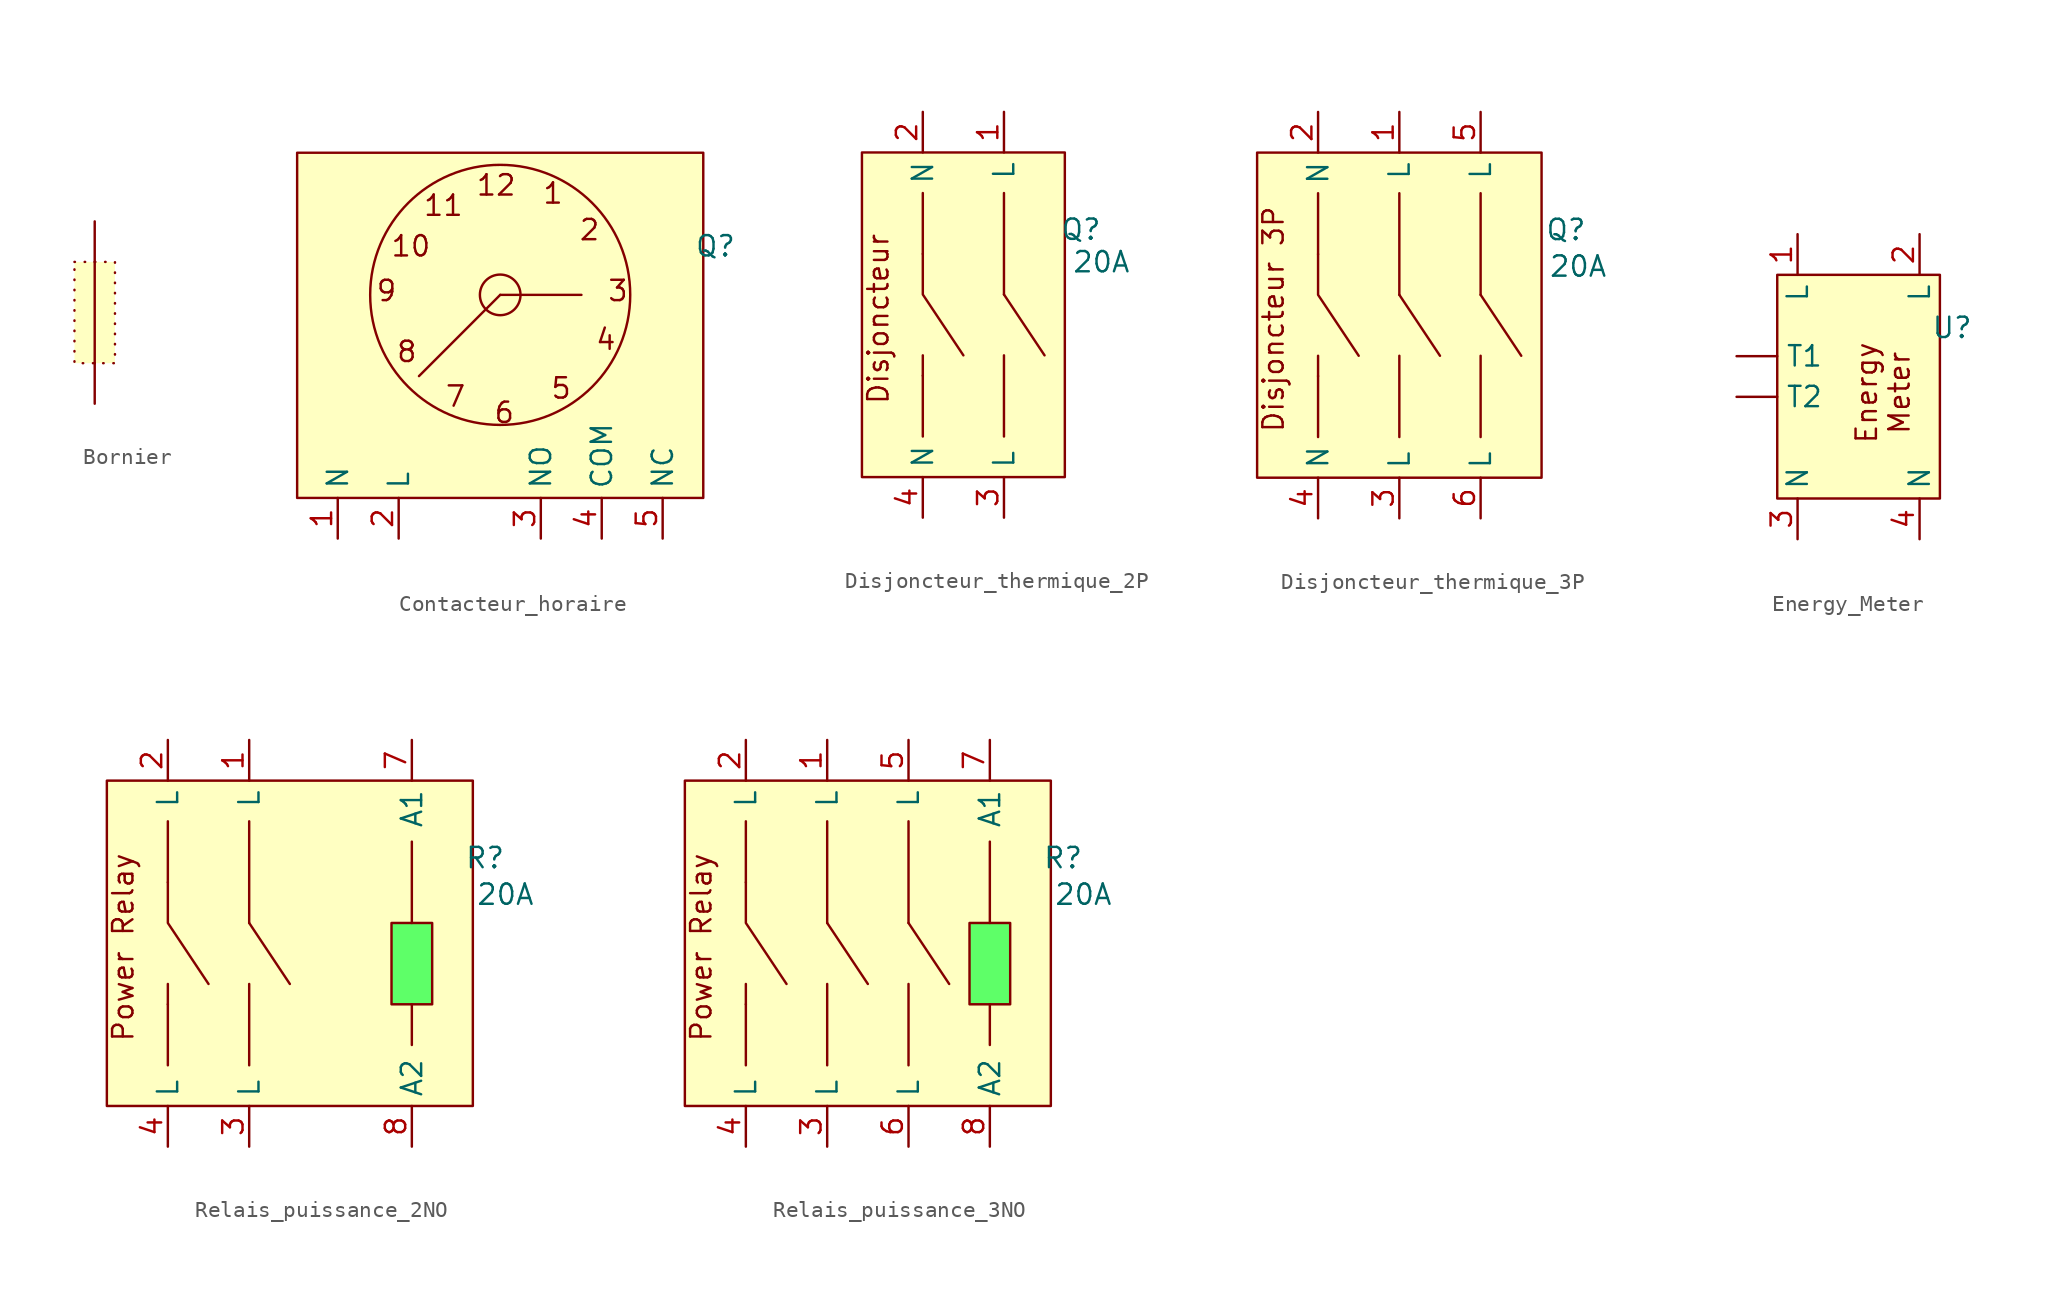
<source format=kicad_sym>
(kicad_symbol_lib
  (version 20231120)
  (generator "kicad_symbol_editor")
  (generator_version "8.0")
  (symbol "Bornier"
    (property "Reference" "Q"
      (at -4.064 -8.89 0)
      (effects (font (size 1.27 1.27)) (hide yes)))
    (property "Value" ""
      (at 0 0 0)
      (effects (font (size 1.27 1.27))))
    (symbol "Bornier_0_1"
      (polyline (pts (xy -5.08 -10.16) (xy -5.08 -16.51)) (stroke (width 0) (type default)) (fill (type none))))
    (symbol "Bornier_1_1"
      (rectangle (start -6.35 -10.16) (end -3.81 -16.51) (stroke (width 0) (type dot)) (fill (type background)))
      (pin passive line (at -5.08 -19.05 90) (length 2.54) (name "" (effects (font (size 1.27 1.27)))) (number "" (effects (font (size 1.27 1.27)))))
      (pin passive line (at -5.08 -7.62 270) (length 2.54) (name "" (effects (font (size 1.27 1.27)))) (number "" (effects (font (size 1.27 1.27)))))))
  (symbol "Contacteur_horaire"
    (property "Reference" "Q"
      (at 9.652 -8.382 0)
      (effects (font (size 1.27 1.27))))
    (property "Value" ""
      (at 0 0 0)
      (effects (font (size 1.27 1.27))))
    (symbol "Contacteur_horaire_0_1"
      (circle (center -3.81 -11.43) (radius 1.27) (stroke (width 0) (type default)) (fill (type none)))
      (circle (center -3.81 -11.43) (radius 8.132) (stroke (width 0) (type default)) (fill (type none)))
      (polyline (pts (xy -3.81 -11.43) (xy -8.89 -16.51)) (stroke (width 0) (type default)) (fill (type none)))
      (polyline (pts (xy -3.81 -11.43) (xy 1.27 -11.43)) (stroke (width 0) (type default)) (fill (type none))))
    (symbol "Contacteur_horaire_1_1"
      (rectangle (start -16.51 -2.54) (end 8.89 -24.13) (stroke (width 0) (type default)) (fill (type background)))
      (text "1" (at -0.508 -5.08 0) (effects (font (size 1.27 1.27))))
      (text "10" (at -9.398 -8.382 0) (effects (font (size 1.27 1.27))))
      (text "11" (at -7.366 -5.842 0) (effects (font (size 1.27 1.27))))
      (text "12" (at -4.064 -4.572 0) (effects (font (size 1.27 1.27))))
      (text "2" (at 1.778 -7.366 0) (effects (font (size 1.27 1.27))))
      (text "3" (at 3.556 -11.176 0) (effects (font (size 1.27 1.27))))
      (text "4" (at 2.794 -14.224 0) (effects (font (size 1.27 1.27))))
      (text "5" (at 0 -17.272 0) (effects (font (size 1.27 1.27))))
      (text "6" (at -3.556 -18.796 0) (effects (font (size 1.27 1.27))))
      (text "7" (at -6.604 -17.78 0) (effects (font (size 1.27 1.27))))
      (text "8" (at -9.652 -14.986 0) (effects (font (size 1.27 1.27))))
      (text "9" (at -10.922 -11.176 0) (effects (font (size 1.27 1.27))))
      (pin power_in line (at -13.97 -26.67 90) (length 2.54) (name "N" (effects (font (size 1.27 1.27)))) (number "1" (effects (font (size 1.27 1.27)))))
      (pin power_in line (at -10.16 -26.67 90) (length 2.54) (name "L" (effects (font (size 1.27 1.27)))) (number "2" (effects (font (size 1.27 1.27)))))
      (pin passive line (at -1.27 -26.67 90) (length 2.54) (name "NO" (effects (font (size 1.27 1.27)))) (number "3" (effects (font (size 1.27 1.27)))))
      (pin passive line (at 2.54 -26.67 90) (length 2.54) (name "COM" (effects (font (size 1.27 1.27)))) (number "4" (effects (font (size 1.27 1.27)))))
      (pin passive line (at 6.35 -26.67 90) (length 2.54) (name "NC" (effects (font (size 1.27 1.27)))) (number "5" (effects (font (size 1.27 1.27)))))))
  (symbol "Disjoncteur_thermique_2P"
    (property "Reference" "Q"
      (at -5.334 -17.526 0)
      (effects (font (size 1.27 1.27))))
    (property "Value" "20A"
      (at -4.064 -19.558 0)
      (effects (font (size 1.27 1.27))))
    (symbol "Disjoncteur_thermique_2P_0_1"
      (polyline (pts (xy -15.24 -30.48) (xy -15.24 -26.67)) (stroke (width 0) (type default)) (fill (type none)))
      (polyline (pts (xy -15.24 -25.4) (xy -15.24 -26.67)) (stroke (width 0) (type default)) (fill (type none)))
      (polyline (pts (xy -15.24 -19.05) (xy -15.24 -15.24)) (stroke (width 0) (type default)) (fill (type none)))
      (polyline (pts (xy -10.16 -25.4) (xy -10.16 -30.48)) (stroke (width 0) (type default)) (fill (type none)))
      (polyline (pts (xy -10.16 -21.59) (xy -7.62 -25.4)) (stroke (width 0) (type default)) (fill (type none)))
      (polyline (pts (xy -10.16 -15.24) (xy -10.16 -21.59)) (stroke (width 0) (type default)) (fill (type none)))
      (polyline (pts (xy -15.24 -19.05) (xy -15.24 -21.59) (xy -12.7 -25.4)) (stroke (width 0) (type default)) (fill (type none))))
    (symbol "Disjoncteur_thermique_2P_1_1"
      (rectangle (start -19.05 -12.7) (end -6.35 -33.02) (stroke (width 0) (type default)) (fill (type background)))
      (text "Disjoncteur" (at -18.034 -23.114 900) (effects (font (size 1.27 1.27))))
      (pin power_in line (at -10.16 -10.16 270) (length 2.54) (name "L" (effects (font (size 1.27 1.27)))) (number "1" (effects (font (size 1.27 1.27)))))
      (pin power_in line (at -15.24 -10.16 270) (length 2.54) (name "N" (effects (font (size 1.27 1.27)))) (number "2" (effects (font (size 1.27 1.27)))))
      (pin power_out line (at -10.16 -35.56 90) (length 2.54) (name "L" (effects (font (size 1.27 1.27)))) (number "3" (effects (font (size 1.27 1.27)))))
      (pin power_out line (at -15.24 -35.56 90) (length 2.54) (name "N" (effects (font (size 1.27 1.27)))) (number "4" (effects (font (size 1.27 1.27)))))))
  (symbol "Disjoncteur_thermique_3P"
    (property "Reference" "Q"
      (at 0.254 -17.526 0)
      (effects (font (size 1.27 1.27))))
    (property "Value" "20A"
      (at 1.016 -19.812 0)
      (effects (font (size 1.27 1.27))))
    (symbol "Disjoncteur_thermique_3P_0_1"
      (polyline (pts (xy -15.24 -30.48) (xy -15.24 -26.67)) (stroke (width 0) (type default)) (fill (type none)))
      (polyline (pts (xy -15.24 -25.4) (xy -15.24 -26.67)) (stroke (width 0) (type default)) (fill (type none)))
      (polyline (pts (xy -15.24 -19.05) (xy -15.24 -15.24)) (stroke (width 0) (type default)) (fill (type none)))
      (polyline (pts (xy -10.16 -25.4) (xy -10.16 -30.48)) (stroke (width 0) (type default)) (fill (type none)))
      (polyline (pts (xy -10.16 -21.59) (xy -7.62 -25.4)) (stroke (width 0) (type default)) (fill (type none)))
      (polyline (pts (xy -10.16 -15.24) (xy -10.16 -21.59)) (stroke (width 0) (type default)) (fill (type none)))
      (polyline (pts (xy -5.08 -25.4) (xy -5.08 -30.48)) (stroke (width 0) (type default)) (fill (type none)))
      (polyline (pts (xy -5.08 -21.59) (xy -2.54 -25.4)) (stroke (width 0) (type default)) (fill (type none)))
      (polyline (pts (xy -5.08 -15.24) (xy -5.08 -21.59)) (stroke (width 0) (type default)) (fill (type none)))
      (polyline (pts (xy -15.24 -19.05) (xy -15.24 -21.59) (xy -12.7 -25.4)) (stroke (width 0) (type default)) (fill (type none))))
    (symbol "Disjoncteur_thermique_3P_1_1"
      (rectangle (start -19.05 -12.7) (end -1.27 -33.02) (stroke (width 0) (type default)) (fill (type background)))
      (text "Disjoncteur 3P" (at -18.034 -23.114 900) (effects (font (size 1.27 1.27))))
      (pin power_in line (at -10.16 -10.16 270) (length 2.54) (name "L" (effects (font (size 1.27 1.27)))) (number "1" (effects (font (size 1.27 1.27)))))
      (pin power_in line (at -15.24 -10.16 270) (length 2.54) (name "N" (effects (font (size 1.27 1.27)))) (number "2" (effects (font (size 1.27 1.27)))))
      (pin power_out line (at -10.16 -35.56 90) (length 2.54) (name "L" (effects (font (size 1.27 1.27)))) (number "3" (effects (font (size 1.27 1.27)))))
      (pin power_out line (at -15.24 -35.56 90) (length 2.54) (name "N" (effects (font (size 1.27 1.27)))) (number "4" (effects (font (size 1.27 1.27)))))
      (pin power_in line (at -5.08 -10.16 270) (length 2.54) (name "L" (effects (font (size 1.27 1.27)))) (number "5" (effects (font (size 1.27 1.27)))))
      (pin power_out line (at -5.08 -35.56 90) (length 2.54) (name "L" (effects (font (size 1.27 1.27)))) (number "6" (effects (font (size 1.27 1.27)))))))
  (symbol "Energy_Meter"
    (property "Reference" "U"
      (at 4.572 -13.462 0)
      (effects (font (size 1.27 1.27))))
    (property "Value" ""
      (at 0 0 0)
      (effects (font (size 1.27 1.27))))
    (symbol "Energy_Meter_1_1"
      (rectangle (start -6.35 -10.16) (end 3.81 -24.13) (stroke (width 0) (type default)) (fill (type background)))
      (text "Energy\nMeter" (at 0.254 -17.526 900) (effects (font (size 1.27 1.27))))
      (pin output line (at -8.89 -15.24 0) (length 2.54) (name "T1" (effects (font (size 1.27 1.27)))) (number "" (effects (font (size 1.27 1.27)))))
      (pin output line (at -8.89 -17.78 0) (length 2.54) (name "T2" (effects (font (size 1.27 1.27)))) (number "" (effects (font (size 1.27 1.27)))))
      (pin passive line (at -5.08 -7.62 270) (length 2.54) (name "L" (effects (font (size 1.27 1.27)))) (number "1" (effects (font (size 1.27 1.27)))))
      (pin passive line (at 2.54 -7.62 270) (length 2.54) (name "L" (effects (font (size 1.27 1.27)))) (number "2" (effects (font (size 1.27 1.27)))))
      (pin passive line (at -5.08 -26.67 90) (length 2.54) (name "N" (effects (font (size 1.27 1.27)))) (number "3" (effects (font (size 1.27 1.27)))))
      (pin passive line (at 2.54 -26.67 90) (length 2.54) (name "N" (effects (font (size 1.27 1.27)))) (number "4" (effects (font (size 1.27 1.27)))))))
  (symbol "Relais_puissance_2NO"
    (property "Reference" "R"
      (at 4.572 -17.526 0)
      (effects (font (size 1.27 1.27))))
    (property "Value" "20A"
      (at 5.842 -19.812 0)
      (effects (font (size 1.27 1.27))))
    (symbol "Relais_puissance_2NO_0_1"
      (polyline (pts (xy -15.24 -30.48) (xy -15.24 -26.67)) (stroke (width 0) (type default)) (fill (type none)))
      (polyline (pts (xy -15.24 -25.4) (xy -15.24 -26.67)) (stroke (width 0) (type default)) (fill (type none)))
      (polyline (pts (xy -15.24 -19.05) (xy -15.24 -15.24)) (stroke (width 0) (type default)) (fill (type none)))
      (polyline (pts (xy -10.16 -25.4) (xy -10.16 -30.48)) (stroke (width 0) (type default)) (fill (type none)))
      (polyline (pts (xy -10.16 -21.59) (xy -7.62 -25.4)) (stroke (width 0) (type default)) (fill (type none)))
      (polyline (pts (xy -10.16 -15.24) (xy -10.16 -21.59)) (stroke (width 0) (type default)) (fill (type none)))
      (polyline (pts (xy -15.24 -19.05) (xy -15.24 -21.59) (xy -12.7 -25.4)) (stroke (width 0) (type default)) (fill (type none))))
    (symbol "Relais_puissance_2NO_1_1"
      (rectangle (start -19.05 -12.7) (end 3.81 -33.02) (stroke (width 0) (type default)) (fill (type background)))
      (rectangle (start -1.27 -21.59) (end 1.27 -26.67) (stroke (width 0) (type default)) (fill (type color) (color 94 255 104 1)))
      (polyline (pts (xy 0 -26.67) (xy 0 -29.21)) (stroke (width 0) (type default)) (fill (type none)))
      (polyline (pts (xy 0 -21.59) (xy 0 -16.51)) (stroke (width 0) (type default)) (fill (type none)))
      (text "Power Relay" (at -18.034 -23.114 900) (effects (font (size 1.27 1.27))))
      (pin power_in line (at -10.16 -10.16 270) (length 2.54) (name "L" (effects (font (size 1.27 1.27)))) (number "1" (effects (font (size 1.27 1.27)))))
      (pin power_in line (at -15.24 -10.16 270) (length 2.54) (name "L" (effects (font (size 1.27 1.27)))) (number "2" (effects (font (size 1.27 1.27)))))
      (pin power_out line (at -10.16 -35.56 90) (length 2.54) (name "L" (effects (font (size 1.27 1.27)))) (number "3" (effects (font (size 1.27 1.27)))))
      (pin power_out line (at -15.24 -35.56 90) (length 2.54) (name "L" (effects (font (size 1.27 1.27)))) (number "4" (effects (font (size 1.27 1.27)))))
      (pin passive line (at 0 -10.16 270) (length 2.54) (name "A1" (effects (font (size 1.27 1.27)))) (number "7" (effects (font (size 1.27 1.27)))))
      (pin passive line (at 0 -35.56 90) (length 2.54) (name "A2" (effects (font (size 1.27 1.27)))) (number "8" (effects (font (size 1.27 1.27)))))))
  (symbol "Relais_puissance_3NO"
    (property "Reference" "R"
      (at 4.572 -17.526 0)
      (effects (font (size 1.27 1.27))))
    (property "Value" "20A"
      (at 5.842 -19.812 0)
      (effects (font (size 1.27 1.27))))
    (symbol "Relais_puissance_3NO_0_1"
      (polyline (pts (xy -15.24 -30.48) (xy -15.24 -26.67)) (stroke (width 0) (type default)) (fill (type none)))
      (polyline (pts (xy -15.24 -25.4) (xy -15.24 -26.67)) (stroke (width 0) (type default)) (fill (type none)))
      (polyline (pts (xy -15.24 -19.05) (xy -15.24 -15.24)) (stroke (width 0) (type default)) (fill (type none)))
      (polyline (pts (xy -10.16 -25.4) (xy -10.16 -30.48)) (stroke (width 0) (type default)) (fill (type none)))
      (polyline (pts (xy -10.16 -21.59) (xy -7.62 -25.4)) (stroke (width 0) (type default)) (fill (type none)))
      (polyline (pts (xy -10.16 -15.24) (xy -10.16 -21.59)) (stroke (width 0) (type default)) (fill (type none)))
      (polyline (pts (xy -5.08 -25.4) (xy -5.08 -30.48)) (stroke (width 0) (type default)) (fill (type none)))
      (polyline (pts (xy -5.08 -21.59) (xy -2.54 -25.4)) (stroke (width 0) (type default)) (fill (type none)))
      (polyline (pts (xy -5.08 -15.24) (xy -5.08 -21.59)) (stroke (width 0) (type default)) (fill (type none)))
      (polyline (pts (xy -15.24 -19.05) (xy -15.24 -21.59) (xy -12.7 -25.4)) (stroke (width 0) (type default)) (fill (type none))))
    (symbol "Relais_puissance_3NO_1_1"
      (rectangle (start -19.05 -12.7) (end 3.81 -33.02) (stroke (width 0) (type default)) (fill (type background)))
      (rectangle (start -1.27 -21.59) (end 1.27 -26.67) (stroke (width 0) (type default)) (fill (type color) (color 94 255 104 1)))
      (polyline (pts (xy 0 -26.67) (xy 0 -29.21)) (stroke (width 0) (type default)) (fill (type none)))
      (polyline (pts (xy 0 -21.59) (xy 0 -16.51)) (stroke (width 0) (type default)) (fill (type none)))
      (text "Power Relay" (at -18.034 -23.114 900) (effects (font (size 1.27 1.27))))
      (pin power_in line (at -10.16 -10.16 270) (length 2.54) (name "L" (effects (font (size 1.27 1.27)))) (number "1" (effects (font (size 1.27 1.27)))))
      (pin power_in line (at -15.24 -10.16 270) (length 2.54) (name "L" (effects (font (size 1.27 1.27)))) (number "2" (effects (font (size 1.27 1.27)))))
      (pin power_out line (at -10.16 -35.56 90) (length 2.54) (name "L" (effects (font (size 1.27 1.27)))) (number "3" (effects (font (size 1.27 1.27)))))
      (pin power_out line (at -15.24 -35.56 90) (length 2.54) (name "L" (effects (font (size 1.27 1.27)))) (number "4" (effects (font (size 1.27 1.27)))))
      (pin power_in line (at -5.08 -10.16 270) (length 2.54) (name "L" (effects (font (size 1.27 1.27)))) (number "5" (effects (font (size 1.27 1.27)))))
      (pin power_out line (at -5.08 -35.56 90) (length 2.54) (name "L" (effects (font (size 1.27 1.27)))) (number "6" (effects (font (size 1.27 1.27)))))
      (pin passive line (at 0 -10.16 270) (length 2.54) (name "A1" (effects (font (size 1.27 1.27)))) (number "7" (effects (font (size 1.27 1.27)))))
      (pin passive line (at 0 -35.56 90) (length 2.54) (name "A2" (effects (font (size 1.27 1.27)))) (number "8" (effects (font (size 1.27 1.27))))))))
</source>
